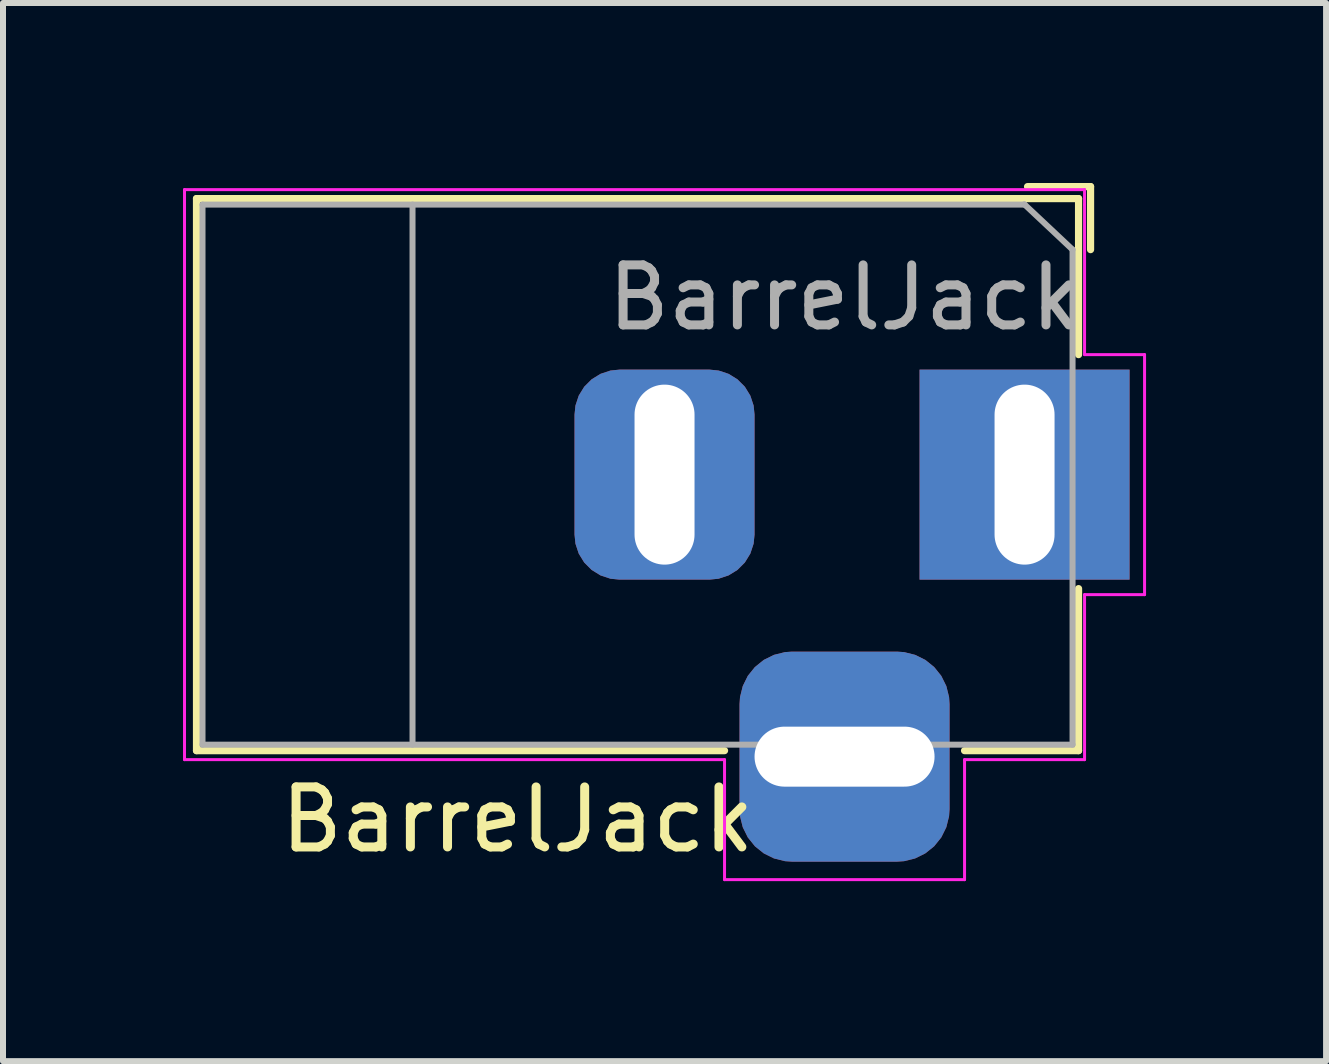
<source format=kicad_pcb>
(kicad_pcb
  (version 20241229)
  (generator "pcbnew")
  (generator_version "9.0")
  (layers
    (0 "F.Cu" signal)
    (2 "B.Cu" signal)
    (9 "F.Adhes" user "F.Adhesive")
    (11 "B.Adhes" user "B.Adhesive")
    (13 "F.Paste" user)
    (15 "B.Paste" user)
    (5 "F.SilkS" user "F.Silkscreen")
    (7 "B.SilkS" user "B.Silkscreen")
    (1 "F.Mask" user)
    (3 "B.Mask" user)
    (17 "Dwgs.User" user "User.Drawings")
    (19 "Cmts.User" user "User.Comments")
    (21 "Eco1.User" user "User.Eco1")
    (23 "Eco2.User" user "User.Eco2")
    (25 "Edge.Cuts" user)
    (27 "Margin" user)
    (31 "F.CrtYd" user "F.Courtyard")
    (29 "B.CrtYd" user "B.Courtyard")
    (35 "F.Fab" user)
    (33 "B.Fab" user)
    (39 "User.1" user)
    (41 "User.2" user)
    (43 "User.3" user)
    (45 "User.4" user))
  (footprint "BarrelJack"
    (layer "F.Cu")
    (at 14.025 4.86)
    (property "Reference" "BarrelJack" (at -8.45 5.75 0) (layer "F.SilkS") (effects (font (size 1 1) (thickness 0.15))))
    (attr through_hole)
    (fp_line (start -13.8 -4.6) (end 0.9 -4.6) (stroke (width 0.12) (type solid)) (layer "F.SilkS"))
    (fp_line (start -13.8 4.6) (end -13.8 -4.6) (stroke (width 0.12) (type solid)) (layer "F.SilkS"))
    (fp_line (start -5 4.6) (end -13.8 4.6) (stroke (width 0.12) (type solid)) (layer "F.SilkS"))
    (fp_line (start 0.05 -4.8) (end 1.1 -4.8) (stroke (width 0.12) (type solid)) (layer "F.SilkS"))
    (fp_line (start 0.9 -4.6) (end 0.9 -2) (stroke (width 0.12) (type solid)) (layer "F.SilkS"))
    (fp_line (start 0.9 1.9) (end 0.9 4.6) (stroke (width 0.12) (type solid)) (layer "F.SilkS"))
    (fp_line (start 0.9 4.6) (end -1 4.6) (stroke (width 0.12) (type solid)) (layer "F.SilkS"))
    (fp_line (start 1.1 -3.75) (end 1.1 -4.8) (stroke (width 0.12) (type solid)) (layer "F.SilkS"))
    (fp_line (start -14 4.75) (end -14 -4.75) (stroke (width 0.05) (type solid)) (layer "F.CrtYd"))
    (fp_line (start -5 4.75) (end -14 4.75) (stroke (width 0.05) (type solid)) (layer "F.CrtYd"))
    (fp_line (start -5 6.75) (end -5 4.75) (stroke (width 0.05) (type solid)) (layer "F.CrtYd"))
    (fp_line (start -1 4.75) (end -1 6.75) (stroke (width 0.05) (type solid)) (layer "F.CrtYd"))
    (fp_line (start -1 6.75) (end -5 6.75) (stroke (width 0.05) (type solid)) (layer "F.CrtYd"))
    (fp_line (start 1 -4.75) (end -14 -4.75) (stroke (width 0.05) (type solid)) (layer "F.CrtYd"))
    (fp_line (start 1 -4.5) (end 1 -4.75) (stroke (width 0.05) (type solid)) (layer "F.CrtYd"))
    (fp_line (start 1 -4.5) (end 1 -2) (stroke (width 0.05) (type solid)) (layer "F.CrtYd"))
    (fp_line (start 1 -2) (end 2 -2) (stroke (width 0.05) (type solid)) (layer "F.CrtYd"))
    (fp_line (start 1 2) (end 1 4.75) (stroke (width 0.05) (type solid)) (layer "F.CrtYd"))
    (fp_line (start 1 4.75) (end -1 4.75) (stroke (width 0.05) (type solid)) (layer "F.CrtYd"))
    (fp_line (start 2 -2) (end 2 2) (stroke (width 0.05) (type solid)) (layer "F.CrtYd"))
    (fp_line (start 2 2) (end 1 2) (stroke (width 0.05) (type solid)) (layer "F.CrtYd"))
    (fp_line (start -13.7 -4.5) (end -13.7 4.5) (stroke (width 0.1) (type solid)) (layer "F.Fab"))
    (fp_line (start -13.7 4.5) (end 0.8 4.5) (stroke (width 0.1) (type solid)) (layer "F.Fab"))
    (fp_line (start -10.2 -4.5) (end -10.2 4.5) (stroke (width 0.1) (type solid)) (layer "F.Fab"))
    (fp_line (start -0.003 -4.505) (end 0.8 -3.75) (stroke (width 0.1) (type solid)) (layer "F.Fab"))
    (fp_line (start 0 -4.5) (end -13.7 -4.5) (stroke (width 0.1) (type solid)) (layer "F.Fab"))
    (fp_line (start 0.8 4.5) (end 0.8 -3.75) (stroke (width 0.1) (type solid)) (layer "F.Fab"))
    (fp_text user "${REFERENCE}" (at -3 -2.95 0) (layer "F.Fab") (effects (font (size 1 1) (thickness 0.15))))
    (pad "1" thru_hole rect (at 0 0) (size 3.5 3.5) (drill oval 1 3) (layers "*.Cu" "*.Mask"))
    (pad "2" thru_hole roundrect (at -6 0) (size 3 3.5) (drill oval 1 3) (layers "*.Cu" "*.Mask") (roundrect_rratio 0.25))
    (pad "3" thru_hole roundrect (at -3 4.7) (size 3.5 3.5) (drill oval 3 1) (layers "*.Cu" "*.Mask") (roundrect_rratio 0.25)))
  (gr_rect
    (start -3 -3)
    (end 19.05 14.635)
    (stroke (width 0.1) (type default))
    (fill no)
    (layer "Edge.Cuts")))
</source>
